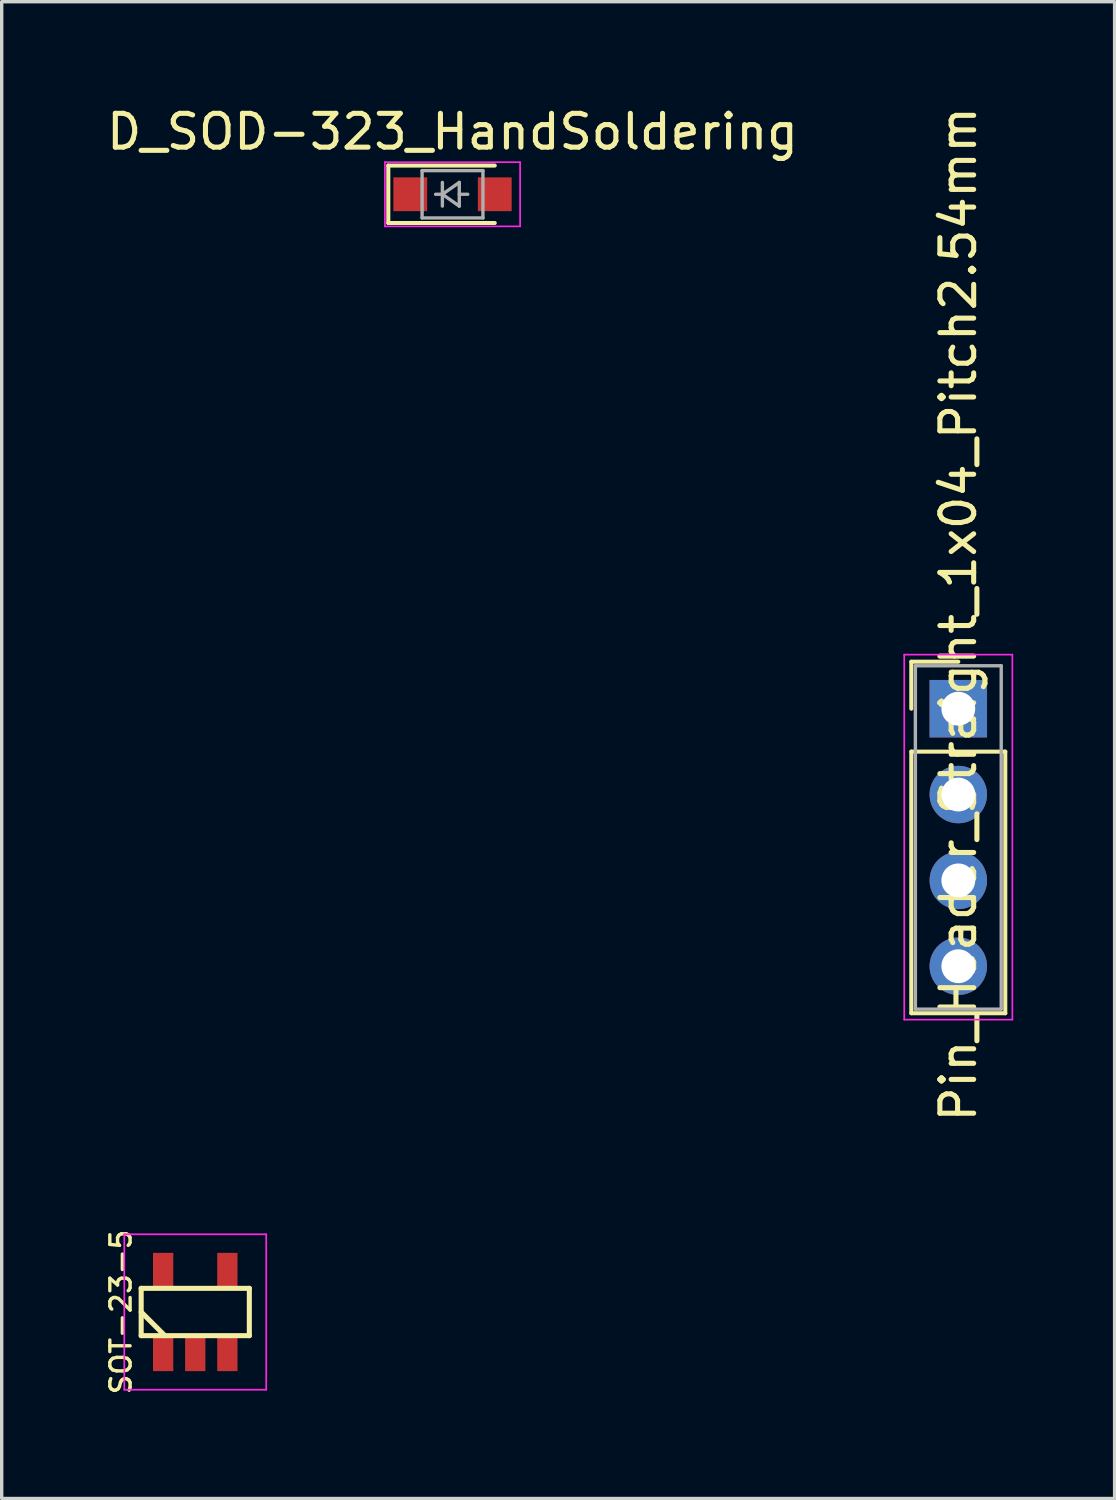
<source format=kicad_pcb>
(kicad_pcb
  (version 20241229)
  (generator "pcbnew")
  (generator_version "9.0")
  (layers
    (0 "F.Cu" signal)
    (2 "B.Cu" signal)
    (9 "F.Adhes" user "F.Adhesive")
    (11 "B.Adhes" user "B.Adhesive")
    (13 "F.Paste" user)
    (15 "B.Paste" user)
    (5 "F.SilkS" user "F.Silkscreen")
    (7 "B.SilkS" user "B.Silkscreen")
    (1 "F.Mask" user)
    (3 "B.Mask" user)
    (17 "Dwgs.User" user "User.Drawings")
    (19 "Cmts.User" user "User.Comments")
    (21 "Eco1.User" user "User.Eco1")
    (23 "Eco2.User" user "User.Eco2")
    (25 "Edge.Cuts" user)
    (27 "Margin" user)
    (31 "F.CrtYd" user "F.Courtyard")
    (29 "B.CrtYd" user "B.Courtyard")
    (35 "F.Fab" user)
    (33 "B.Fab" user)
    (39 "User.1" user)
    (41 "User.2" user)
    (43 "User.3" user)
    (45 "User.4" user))
  (footprint "SOT-23-5"
    (layer "F.Cu")
    (at 2.727 35.769)
    (property "Reference" "SOT-23-5" (at -2.2 0 270) (layer "F.SilkS") (effects (font (size 0.6 0.6) (thickness 0.1))))
    (attr through_hole)
    (fp_line (start -1.6 -0.7) (end -1.6 0.7) (stroke (width 0.15) (type solid)) (layer "F.SilkS"))
    (fp_line (start -1.6 -0.7) (end 1.6 -0.7) (stroke (width 0.15) (type solid)) (layer "F.SilkS"))
    (fp_line (start -1.6 0) (end -0.9 0.7) (stroke (width 0.15) (type solid)) (layer "F.SilkS"))
    (fp_line (start -1.6 0.7) (end 1.6 0.7) (stroke (width 0.15) (type solid)) (layer "F.SilkS"))
    (fp_line (start 1.6 -0.7) (end 1.6 0.7) (stroke (width 0.15) (type solid)) (layer "F.SilkS"))
    (fp_line (start -2.1 -2.3) (end -2.1 2.3) (stroke (width 0.05) (type solid)) (layer "F.CrtYd"))
    (fp_line (start -2.1 -2.3) (end 2.1 -2.3) (stroke (width 0.05) (type solid)) (layer "F.CrtYd"))
    (fp_line (start 2.1 -2.3) (end 2.1 2.3) (stroke (width 0.05) (type solid)) (layer "F.CrtYd"))
    (fp_line (start 2.1 2.3) (end -2.1 2.3) (stroke (width 0.05) (type solid)) (layer "F.CrtYd"))
    (pad "1" smd rect (at -0.95 1.25) (size 0.6 1) (layers "F.Cu" "F.Mask"))
    (pad "2" smd rect (at 0 1.25) (size 0.6 1) (layers "F.Cu" "F.Mask"))
    (pad "3" smd rect (at 0.95 1.25) (size 0.6 1) (layers "F.Cu" "F.Mask"))
    (pad "4" smd rect (at 0.95 -1.25) (size 0.6 1) (layers "F.Cu" "F.Mask"))
    (pad "5" smd rect (at -0.95 -1.25) (size 0.6 1) (layers "F.Cu" "F.Mask")))
  (footprint "D_SOD-323_HandSoldering"
    (layer "F.Cu")
    (at 10.339 2.698)
    (property "Reference" "D_SOD-323_HandSoldering" (at 0 -1.85 0) (layer "F.SilkS") (effects (font (size 1 1) (thickness 0.15))))
    (attr smd)
    (fp_line (start -1.9 -0.85) (end -1.9 0.85) (stroke (width 0.12) (type solid)) (layer "F.SilkS"))
    (fp_line (start -1.9 -0.85) (end 1.25 -0.85) (stroke (width 0.12) (type solid)) (layer "F.SilkS"))
    (fp_line (start -1.9 0.85) (end 1.25 0.85) (stroke (width 0.12) (type solid)) (layer "F.SilkS"))
    (fp_line (start -2 -0.95) (end -2 0.95) (stroke (width 0.05) (type solid)) (layer "F.CrtYd"))
    (fp_line (start -2 -0.95) (end 2 -0.95) (stroke (width 0.05) (type solid)) (layer "F.CrtYd"))
    (fp_line (start -2 0.95) (end 2 0.95) (stroke (width 0.05) (type solid)) (layer "F.CrtYd"))
    (fp_line (start 2 -0.95) (end 2 0.95) (stroke (width 0.05) (type solid)) (layer "F.CrtYd"))
    (fp_line (start -0.9 -0.7) (end 0.9 -0.7) (stroke (width 0.1) (type solid)) (layer "F.Fab"))
    (fp_line (start -0.9 0.7) (end -0.9 -0.7) (stroke (width 0.1) (type solid)) (layer "F.Fab"))
    (fp_line (start -0.3 -0.35) (end -0.3 0.35) (stroke (width 0.1) (type solid)) (layer "F.Fab"))
    (fp_line (start -0.3 0) (end -0.5 0) (stroke (width 0.1) (type solid)) (layer "F.Fab"))
    (fp_line (start -0.3 0) (end 0.2 -0.35) (stroke (width 0.1) (type solid)) (layer "F.Fab"))
    (fp_line (start 0.2 -0.35) (end 0.2 0.35) (stroke (width 0.1) (type solid)) (layer "F.Fab"))
    (fp_line (start 0.2 0) (end 0.45 0) (stroke (width 0.1) (type solid)) (layer "F.Fab"))
    (fp_line (start 0.2 0.35) (end -0.3 0) (stroke (width 0.1) (type solid)) (layer "F.Fab"))
    (fp_line (start 0.9 -0.7) (end 0.9 0.7) (stroke (width 0.1) (type solid)) (layer "F.Fab"))
    (fp_line (start 0.9 0.7) (end -0.9 0.7) (stroke (width 0.1) (type solid)) (layer "F.Fab"))
    (pad "1" smd rect (at -1.25 0) (size 1 1) (layers "F.Cu" "F.Mask" "F.Paste"))
    (pad "2" smd rect (at 1.25 0) (size 1 1) (layers "F.Cu" "F.Mask" "F.Paste")))
  (footprint "Pin_Header_Straight_1x04_Pitch2.54mm"
    (layer "F.Cu")
    (at 25.304 17.919)
    (property "Reference" "Pin_Header_Straight_1x04_Pitch2.54mm" (at 0 -2.794 90) (layer "F.SilkS") (effects (font (size 1 1) (thickness 0.15))))
    (attr through_hole)
    (fp_line (start -1.39 -1.39) (end 0 -1.39) (stroke (width 0.12) (type solid)) (layer "F.SilkS"))
    (fp_line (start -1.39 0) (end -1.39 -1.39) (stroke (width 0.12) (type solid)) (layer "F.SilkS"))
    (fp_line (start -1.39 1.27) (end -1.39 9.01) (stroke (width 0.12) (type solid)) (layer "F.SilkS"))
    (fp_line (start -1.39 9.01) (end 1.39 9.01) (stroke (width 0.12) (type solid)) (layer "F.SilkS"))
    (fp_line (start 1.39 1.27) (end -1.39 1.27) (stroke (width 0.12) (type solid)) (layer "F.SilkS"))
    (fp_line (start 1.39 9.01) (end 1.39 1.27) (stroke (width 0.12) (type solid)) (layer "F.SilkS"))
    (fp_line (start -1.6 -1.6) (end -1.6 9.2) (stroke (width 0.05) (type solid)) (layer "F.CrtYd"))
    (fp_line (start -1.6 9.2) (end 1.6 9.2) (stroke (width 0.05) (type solid)) (layer "F.CrtYd"))
    (fp_line (start 1.6 -1.6) (end -1.6 -1.6) (stroke (width 0.05) (type solid)) (layer "F.CrtYd"))
    (fp_line (start 1.6 9.2) (end 1.6 -1.6) (stroke (width 0.05) (type solid)) (layer "F.CrtYd"))
    (fp_line (start -1.27 -1.27) (end -1.27 8.89) (stroke (width 0.1) (type solid)) (layer "F.Fab"))
    (fp_line (start -1.27 8.89) (end 1.27 8.89) (stroke (width 0.1) (type solid)) (layer "F.Fab"))
    (fp_line (start 1.27 -1.27) (end -1.27 -1.27) (stroke (width 0.1) (type solid)) (layer "F.Fab"))
    (fp_line (start 1.27 8.89) (end 1.27 -1.27) (stroke (width 0.1) (type solid)) (layer "F.Fab"))
    (pad "1" thru_hole rect (at 0 0) (size 1.7 1.7) (drill 1) (layers "*.Cu" "*.Mask"))
    (pad "2" thru_hole oval (at 0 2.54) (size 1.7 1.7) (drill 1) (layers "*.Cu" "*.Mask"))
    (pad "3" thru_hole oval (at 0 5.08) (size 1.7 1.7) (drill 1) (layers "*.Cu" "*.Mask"))
    (pad "4" thru_hole oval (at 0 7.62) (size 1.7 1.7) (drill 1) (layers "*.Cu" "*.Mask")))
  (gr_rect
    (start -3 -3)
    (end 29.929 41.287)
    (stroke (width 0.1) (type default))
    (fill no)
    (layer "Edge.Cuts")))
</source>
